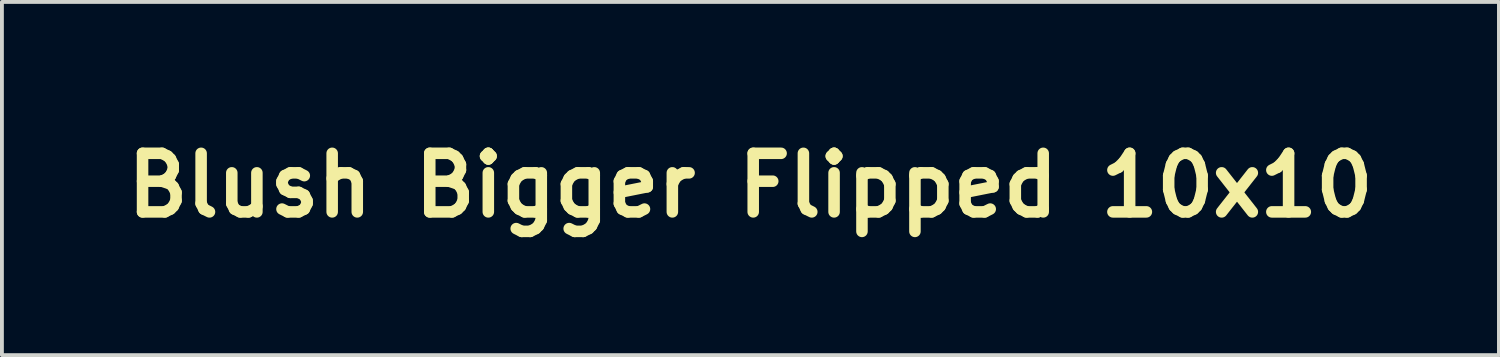
<source format=kicad_pcb>
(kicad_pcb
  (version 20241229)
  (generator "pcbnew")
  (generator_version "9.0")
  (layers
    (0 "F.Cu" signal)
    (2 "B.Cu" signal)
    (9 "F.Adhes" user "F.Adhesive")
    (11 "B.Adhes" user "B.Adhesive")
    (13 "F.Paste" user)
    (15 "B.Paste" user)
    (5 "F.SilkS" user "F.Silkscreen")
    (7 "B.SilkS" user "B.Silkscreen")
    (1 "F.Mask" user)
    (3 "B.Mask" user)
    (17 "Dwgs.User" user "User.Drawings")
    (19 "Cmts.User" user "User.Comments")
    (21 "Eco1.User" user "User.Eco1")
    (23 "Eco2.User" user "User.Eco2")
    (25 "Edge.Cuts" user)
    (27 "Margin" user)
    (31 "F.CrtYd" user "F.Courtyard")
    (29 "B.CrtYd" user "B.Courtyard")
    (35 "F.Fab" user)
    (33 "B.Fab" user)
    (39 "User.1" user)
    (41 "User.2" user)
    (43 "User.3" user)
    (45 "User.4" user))
  (footprint "Blush Bigger Flipped 10x10"
    (layer "F.Cu")
    (at 16.481 1.775)
    (property "Reference" "Blush Bigger Flipped 10x10" (at 0 0 0) (layer "F.SilkS") (effects (font (size 1.524 1.524) (thickness 0.3))))
    (attr board_only exclude_from_pos_files exclude_from_bom)
    (fp_poly (pts (xy -2.235 -0.593) (xy -2.215 -0.585) (xy -2.211 -0.582) (xy -2.202 -0.576) (xy -2.189 -0.565) (xy -2.171 -0.552) (xy -2.149 -0.535) (xy -2.124 -0.515) (xy -2.095 -0.492) (xy -2.063 -0.467) (xy -2.028 -0.439) (xy -1.991 -0.41) (xy -1.952 -0.379) (xy -1.911 -0.346) (xy -1.868 -0.312) (xy -1.824 -0.277) (xy -1.779 -0.241) (xy -1.733 -0.205) (xy -1.687 -0.168) (xy -1.641 -0.131) (xy -1.595 -0.095) (xy -1.549 -0.058) (xy -1.505 -0.023) (xy -1.462 0.012) (xy -1.42 0.045) (xy -1.38 0.077) (xy -1.342 0.108) (xy -1.306 0.137) (xy -1.273 0.163) (xy -1.243 0.187) (xy -1.216 0.209) (xy -1.193 0.228) (xy -1.173 0.244) (xy -1.158 0.256) (xy -1.148 0.265) (xy -1.142 0.27) (xy -1.141 0.271) (xy -1.124 0.291) (xy -1.111 0.316) (xy -1.103 0.343) (xy -1.101 0.369) (xy -1.101 0.379) (xy -1.107 0.408) (xy -1.118 0.434) (xy -1.134 0.457) (xy -1.154 0.476) (xy -1.178 0.491) (xy -1.204 0.501) (xy -1.232 0.506) (xy -1.261 0.504) (xy -1.272 0.502) (xy -1.285 0.498) (xy -1.299 0.492) (xy -1.306 0.488) (xy -1.31 0.485) (xy -1.319 0.479) (xy -1.332 0.468) (xy -1.349 0.455) (xy -1.371 0.438) (xy -1.396 0.418) (xy -1.425 0.395) (xy -1.457 0.37) (xy -1.491 0.343) (xy -1.528 0.314) (xy -1.567 0.282) (xy -1.608 0.25) (xy -1.651 0.216) (xy -1.694 0.181) (xy -1.739 0.146) (xy -1.785 0.11) (xy -1.83 0.073) (xy -1.876 0.037) (xy -1.922 0.001) (xy -1.967 -0.035) (xy -2.011 -0.07) (xy -2.054 -0.105) (xy -2.095 -0.138) (xy -2.135 -0.169) (xy -2.172 -0.199) (xy -2.208 -0.228) (xy -2.24 -0.254) (xy -2.27 -0.277) (xy -2.296 -0.298) (xy -2.318 -0.317) (xy -2.337 -0.332) (xy -2.352 -0.343) (xy -2.36 -0.351) (xy -2.383 -0.373) (xy -2.399 -0.398) (xy -2.409 -0.426) (xy -2.414 -0.457) (xy -2.414 -0.462) (xy -2.411 -0.492) (xy -2.402 -0.519) (xy -2.387 -0.543) (xy -2.371 -0.561) (xy -2.347 -0.579) (xy -2.32 -0.591) (xy -2.292 -0.598) (xy -2.264 -0.599)) (stroke (width 0) (type solid)) (fill yes) (layer "F.Mask"))
    (fp_poly (pts (xy 1.055 -1.717) (xy 1.083 -1.708) (xy 1.088 -1.705) (xy 1.092 -1.702) (xy 1.101 -1.696) (xy 1.114 -1.685) (xy 1.131 -1.671) (xy 1.153 -1.653) (xy 1.179 -1.631) (xy 1.209 -1.605) (xy 1.244 -1.576) (xy 1.284 -1.542) (xy 1.328 -1.504) (xy 1.378 -1.462) (xy 1.431 -1.416) (xy 1.49 -1.366) (xy 1.553 -1.312) (xy 1.622 -1.253) (xy 1.695 -1.19) (xy 1.754 -1.14) (xy 1.811 -1.09) (xy 1.867 -1.042) (xy 1.921 -0.995) (xy 1.974 -0.95) (xy 2.026 -0.906) (xy 2.075 -0.864) (xy 2.121 -0.823) (xy 2.165 -0.785) (xy 2.207 -0.749) (xy 2.246 -0.716) (xy 2.281 -0.685) (xy 2.313 -0.658) (xy 2.341 -0.633) (xy 2.366 -0.612) (xy 2.386 -0.594) (xy 2.402 -0.58) (xy 2.414 -0.57) (xy 2.421 -0.564) (xy 2.423 -0.562) (xy 2.441 -0.542) (xy 2.454 -0.522) (xy 2.462 -0.5) (xy 2.466 -0.475) (xy 2.466 -0.468) (xy 2.467 -0.451) (xy 2.466 -0.439) (xy 2.464 -0.428) (xy 2.46 -0.417) (xy 2.46 -0.416) (xy 2.447 -0.388) (xy 2.43 -0.366) (xy 2.408 -0.347) (xy 2.385 -0.334) (xy 2.366 -0.328) (xy 2.343 -0.325) (xy 2.319 -0.324) (xy 2.297 -0.326) (xy 2.289 -0.329) (xy 2.276 -0.334) (xy 2.262 -0.341) (xy 2.255 -0.345) (xy 2.251 -0.348) (xy 2.242 -0.355) (xy 2.229 -0.366) (xy 2.211 -0.381) (xy 2.19 -0.4) (xy 2.164 -0.421) (xy 2.136 -0.446) (xy 2.104 -0.473) (xy 2.068 -0.503) (xy 2.031 -0.535) (xy 1.99 -0.57) (xy 1.948 -0.606) (xy 1.904 -0.644) (xy 1.858 -0.684) (xy 1.81 -0.724) (xy 1.762 -0.766) (xy 1.712 -0.808) (xy 1.662 -0.851) (xy 1.612 -0.895) (xy 1.561 -0.938) (xy 1.511 -0.981) (xy 1.461 -1.024) (xy 1.411 -1.067) (xy 1.363 -1.109) (xy 1.316 -1.149) (xy 1.27 -1.189) (xy 1.226 -1.227) (xy 1.184 -1.263) (xy 1.144 -1.297) (xy 1.107 -1.33) (xy 1.072 -1.36) (xy 1.04 -1.387) (xy 1.012 -1.411) (xy 0.987 -1.433) (xy 0.966 -1.451) (xy 0.949 -1.466) (xy 0.937 -1.477) (xy 0.928 -1.485) (xy 0.925 -1.488) (xy 0.909 -1.509) (xy 0.898 -1.534) (xy 0.891 -1.561) (xy 0.889 -1.588) (xy 0.89 -1.602) (xy 0.898 -1.631) (xy 0.911 -1.656) (xy 0.928 -1.678) (xy 0.949 -1.695) (xy 0.973 -1.708) (xy 1 -1.716) (xy 1.027 -1.719)) (stroke (width 0) (type solid)) (fill yes) (layer "F.Mask"))
    (fp_poly (pts (xy -1.962 -1.154) (xy -1.939 -1.145) (xy -1.935 -1.142) (xy -1.925 -1.135) (xy -1.911 -1.123) (xy -1.891 -1.107) (xy -1.867 -1.087) (xy -1.838 -1.063) (xy -1.804 -1.035) (xy -1.765 -1.002) (xy -1.721 -0.965) (xy -1.672 -0.924) (xy -1.619 -0.879) (xy -1.561 -0.83) (xy -1.498 -0.777) (xy -1.431 -0.72) (xy -1.358 -0.659) (xy -1.282 -0.594) (xy -1.2 -0.525) (xy -1.114 -0.452) (xy -1.033 -0.383) (xy -0.966 -0.326) (xy -0.9 -0.27) (xy -0.836 -0.216) (xy -0.773 -0.163) (xy -0.712 -0.111) (xy -0.653 -0.061) (xy -0.596 -0.012) (xy -0.542 0.034) (xy -0.49 0.078) (xy -0.441 0.12) (xy -0.395 0.159) (xy -0.351 0.196) (xy -0.311 0.23) (xy -0.275 0.261) (xy -0.242 0.289) (xy -0.213 0.314) (xy -0.188 0.335) (xy -0.168 0.353) (xy -0.151 0.367) (xy -0.14 0.377) (xy -0.133 0.383) (xy -0.131 0.384) (xy -0.114 0.405) (xy -0.101 0.43) (xy -0.093 0.457) (xy -0.091 0.472) (xy -0.092 0.502) (xy -0.099 0.53) (xy -0.111 0.555) (xy -0.127 0.576) (xy -0.147 0.594) (xy -0.17 0.608) (xy -0.196 0.617) (xy -0.224 0.62) (xy -0.253 0.618) (xy -0.274 0.612) (xy -0.287 0.607) (xy -0.3 0.6) (xy -0.309 0.595) (xy -0.313 0.591) (xy -0.323 0.583) (xy -0.337 0.572) (xy -0.355 0.556) (xy -0.378 0.537) (xy -0.404 0.515) (xy -0.434 0.489) (xy -0.468 0.461) (xy -0.505 0.43) (xy -0.544 0.396) (xy -0.587 0.36) (xy -0.632 0.322) (xy -0.68 0.282) (xy -0.729 0.239) (xy -0.781 0.196) (xy -0.834 0.151) (xy -0.889 0.104) (xy -0.945 0.057) (xy -1.002 0.008) (xy -1.059 -0.041) (xy -1.118 -0.09) (xy -1.176 -0.14) (xy -1.235 -0.19) (xy -1.294 -0.239) (xy -1.352 -0.289) (xy -1.409 -0.338) (xy -1.466 -0.386) (xy -1.522 -0.434) (xy -1.577 -0.48) (xy -1.63 -0.525) (xy -1.681 -0.569) (xy -1.731 -0.611) (xy -1.779 -0.652) (xy -1.824 -0.69) (xy -1.866 -0.726) (xy -1.906 -0.76) (xy -1.943 -0.791) (xy -1.976 -0.82) (xy -2.006 -0.845) (xy -2.032 -0.868) (xy -2.055 -0.887) (xy -2.073 -0.903) (xy -2.087 -0.915) (xy -2.096 -0.923) (xy -2.1 -0.926) (xy -2.101 -0.927) (xy -2.118 -0.95) (xy -2.131 -0.976) (xy -2.137 -1.003) (xy -2.138 -1.031) (xy -2.133 -1.059) (xy -2.122 -1.085) (xy -2.106 -1.11) (xy -2.096 -1.12) (xy -2.073 -1.138) (xy -2.047 -1.151) (xy -2.019 -1.158) (xy -1.99 -1.159)) (stroke (width 0) (type solid)) (fill yes) (layer "F.Mask"))
    (fp_poly (pts (xy -1.215 -1.388) (xy -1.187 -1.381) (xy -1.165 -1.37) (xy -1.161 -1.367) (xy -1.153 -1.359) (xy -1.14 -1.347) (xy -1.124 -1.33) (xy -1.103 -1.31) (xy -1.079 -1.286) (xy -1.051 -1.259) (xy -1.02 -1.228) (xy -0.986 -1.195) (xy -0.949 -1.158) (xy -0.91 -1.119) (xy -0.868 -1.077) (xy -0.823 -1.033) (xy -0.777 -0.986) (xy -0.729 -0.938) (xy -0.679 -0.889) (xy -0.628 -0.838) (xy -0.576 -0.785) (xy -0.522 -0.732) (xy -0.468 -0.677) (xy -0.413 -0.622) (xy -0.358 -0.567) (xy -0.302 -0.511) (xy -0.246 -0.456) (xy -0.191 -0.4) (xy -0.136 -0.345) (xy -0.082 -0.29) (xy -0.028 -0.237) (xy 0.024 -0.184) (xy 0.076 -0.132) (xy 0.126 -0.082) (xy 0.174 -0.033) (xy 0.221 0.014) (xy 0.265 0.058) (xy 0.307 0.101) (xy 0.347 0.141) (xy 0.384 0.179) (xy 0.419 0.214) (xy 0.45 0.246) (xy 0.478 0.274) (xy 0.503 0.299) (xy 0.524 0.321) (xy 0.541 0.338) (xy 0.554 0.352) (xy 0.563 0.361) (xy 0.567 0.366) (xy 0.568 0.367) (xy 0.58 0.394) (xy 0.586 0.422) (xy 0.585 0.451) (xy 0.579 0.479) (xy 0.567 0.505) (xy 0.55 0.529) (xy 0.541 0.537) (xy 0.518 0.554) (xy 0.491 0.566) (xy 0.463 0.573) (xy 0.434 0.573) (xy 0.406 0.567) (xy 0.401 0.565) (xy 0.387 0.559) (xy 0.372 0.551) (xy 0.364 0.545) (xy 0.361 0.542) (xy 0.352 0.534) (xy 0.34 0.522) (xy 0.323 0.505) (xy 0.303 0.485) (xy 0.278 0.461) (xy 0.251 0.434) (xy 0.22 0.403) (xy 0.186 0.369) (xy 0.149 0.333) (xy 0.11 0.293) (xy 0.068 0.252) (xy 0.024 0.208) (xy -0.022 0.161) (xy -0.07 0.114) (xy -0.119 0.064) (xy -0.17 0.013) (xy -0.223 -0.039) (xy -0.276 -0.093) (xy -0.33 -0.147) (xy -0.385 -0.202) (xy -0.44 -0.257) (xy -0.495 -0.312) (xy -0.55 -0.368) (xy -0.605 -0.423) (xy -0.66 -0.478) (xy -0.714 -0.532) (xy -0.767 -0.586) (xy -0.82 -0.639) (xy -0.871 -0.69) (xy -0.921 -0.74) (xy -0.969 -0.788) (xy -1.015 -0.835) (xy -1.059 -0.879) (xy -1.101 -0.922) (xy -1.141 -0.962) (xy -1.178 -0.999) (xy -1.212 -1.033) (xy -1.243 -1.065) (xy -1.271 -1.093) (xy -1.295 -1.118) (xy -1.316 -1.139) (xy -1.333 -1.156) (xy -1.346 -1.169) (xy -1.354 -1.178) (xy -1.359 -1.183) (xy -1.359 -1.183) (xy -1.37 -1.208) (xy -1.376 -1.236) (xy -1.376 -1.264) (xy -1.371 -1.292) (xy -1.365 -1.31) (xy -1.357 -1.324) (xy -1.349 -1.336) (xy -1.343 -1.345) (xy -1.322 -1.364) (xy -1.298 -1.378) (xy -1.271 -1.387) (xy -1.243 -1.39)) (stroke (width 0) (type solid)) (fill yes) (layer "F.Mask"))
    (fp_poly (pts (xy 2.346 -1.618) (xy 2.358 -1.617) (xy 2.367 -1.616) (xy 2.376 -1.613) (xy 2.387 -1.608) (xy 2.388 -1.608) (xy 2.411 -1.594) (xy 2.427 -1.579) (xy 2.43 -1.576) (xy 2.434 -1.571) (xy 2.439 -1.563) (xy 2.446 -1.552) (xy 2.454 -1.539) (xy 2.464 -1.522) (xy 2.476 -1.503) (xy 2.49 -1.48) (xy 2.506 -1.453) (xy 2.524 -1.423) (xy 2.545 -1.389) (xy 2.568 -1.351) (xy 2.593 -1.308) (xy 2.62 -1.261) (xy 2.651 -1.21) (xy 2.684 -1.153) (xy 2.72 -1.092) (xy 2.759 -1.025) (xy 2.802 -0.954) (xy 2.847 -0.876) (xy 2.871 -0.837) (xy 2.908 -0.772) (xy 2.945 -0.709) (xy 2.981 -0.648) (xy 3.016 -0.589) (xy 3.05 -0.531) (xy 3.082 -0.476) (xy 3.112 -0.424) (xy 3.141 -0.375) (xy 3.168 -0.329) (xy 3.193 -0.286) (xy 3.216 -0.247) (xy 3.236 -0.211) (xy 3.254 -0.18) (xy 3.27 -0.154) (xy 3.283 -0.131) (xy 3.292 -0.114) (xy 3.299 -0.102) (xy 3.303 -0.096) (xy 3.303 -0.094) (xy 3.311 -0.066) (xy 3.312 -0.037) (xy 3.306 -0.009) (xy 3.297 0.015) (xy 3.281 0.04) (xy 3.26 0.061) (xy 3.235 0.077) (xy 3.207 0.087) (xy 3.201 0.088) (xy 3.188 0.091) (xy 3.179 0.092) (xy 3.171 0.092) (xy 3.161 0.091) (xy 3.15 0.09) (xy 3.136 0.086) (xy 3.121 0.081) (xy 3.113 0.078) (xy 3.109 0.076) (xy 3.106 0.074) (xy 3.102 0.072) (xy 3.099 0.07) (xy 3.095 0.068) (xy 3.091 0.064) (xy 3.087 0.06) (xy 3.082 0.055) (xy 3.077 0.049) (xy 3.071 0.041) (xy 3.064 0.031) (xy 3.056 0.019) (xy 3.047 0.005) (xy 3.037 -0.011) (xy 3.025 -0.03) (xy 3.012 -0.051) (xy 2.997 -0.076) (xy 2.98 -0.103) (xy 2.961 -0.135) (xy 2.941 -0.169) (xy 2.918 -0.208) (xy 2.892 -0.251) (xy 2.865 -0.297) (xy 2.835 -0.349) (xy 2.802 -0.405) (xy 2.766 -0.465) (xy 2.727 -0.531) (xy 2.685 -0.602) (xy 2.64 -0.679) (xy 2.631 -0.695) (xy 2.593 -0.759) (xy 2.556 -0.822) (xy 2.52 -0.883) (xy 2.486 -0.943) (xy 2.452 -1) (xy 2.42 -1.055) (xy 2.39 -1.107) (xy 2.361 -1.156) (xy 2.334 -1.202) (xy 2.309 -1.245) (xy 2.286 -1.284) (xy 2.266 -1.319) (xy 2.248 -1.35) (xy 2.233 -1.377) (xy 2.22 -1.399) (xy 2.21 -1.416) (xy 2.204 -1.428) (xy 2.2 -1.434) (xy 2.2 -1.435) (xy 2.193 -1.465) (xy 2.192 -1.494) (xy 2.197 -1.522) (xy 2.208 -1.548) (xy 2.224 -1.571) (xy 2.246 -1.591) (xy 2.269 -1.606) (xy 2.281 -1.611) (xy 2.29 -1.615) (xy 2.299 -1.617) (xy 2.309 -1.618) (xy 2.324 -1.618) (xy 2.33 -1.618)) (stroke (width 0) (type solid)) (fill yes) (layer "F.Mask"))
    (fp_poly (pts (xy 0.14 -1.774) (xy 0.157 -1.77) (xy 0.171 -1.765) (xy 0.186 -1.758) (xy 0.201 -1.749) (xy 0.217 -1.735) (xy 0.236 -1.718) (xy 0.25 -1.705) (xy 0.255 -1.7) (xy 0.266 -1.69) (xy 0.281 -1.675) (xy 0.3 -1.657) (xy 0.323 -1.634) (xy 0.35 -1.608) (xy 0.381 -1.579) (xy 0.415 -1.546) (xy 0.453 -1.509) (xy 0.494 -1.47) (xy 0.538 -1.428) (xy 0.584 -1.383) (xy 0.633 -1.336) (xy 0.685 -1.286) (xy 0.739 -1.234) (xy 0.795 -1.181) (xy 0.852 -1.125) (xy 0.912 -1.068) (xy 0.973 -1.009) (xy 1.035 -0.949) (xy 1.098 -0.888) (xy 1.145 -0.844) (xy 1.209 -0.782) (xy 1.272 -0.722) (xy 1.333 -0.663) (xy 1.393 -0.605) (xy 1.452 -0.548) (xy 1.508 -0.494) (xy 1.563 -0.441) (xy 1.615 -0.391) (xy 1.666 -0.343) (xy 1.713 -0.297) (xy 1.758 -0.254) (xy 1.8 -0.213) (xy 1.839 -0.176) (xy 1.875 -0.141) (xy 1.907 -0.11) (xy 1.936 -0.082) (xy 1.96 -0.058) (xy 1.981 -0.038) (xy 1.998 -0.022) (xy 2.011 -0.01) (xy 2.019 -0.002) (xy 2.022 0.001) (xy 2.04 0.022) (xy 2.054 0.041) (xy 2.063 0.061) (xy 2.069 0.083) (xy 2.07 0.088) (xy 2.072 0.116) (xy 2.067 0.144) (xy 2.057 0.17) (xy 2.042 0.194) (xy 2.022 0.214) (xy 1.998 0.231) (xy 1.991 0.234) (xy 1.965 0.243) (xy 1.937 0.246) (xy 1.909 0.244) (xy 1.89 0.239) (xy 1.877 0.234) (xy 1.864 0.228) (xy 1.856 0.223) (xy 1.852 0.22) (xy 1.845 0.213) (xy 1.832 0.201) (xy 1.815 0.185) (xy 1.795 0.165) (xy 1.77 0.142) (xy 1.741 0.114) (xy 1.709 0.084) (xy 1.673 0.049) (xy 1.634 0.012) (xy 1.592 -0.028) (xy 1.547 -0.071) (xy 1.5 -0.117) (xy 1.449 -0.166) (xy 1.396 -0.217) (xy 1.341 -0.27) (xy 1.284 -0.325) (xy 1.224 -0.382) (xy 1.163 -0.44) (xy 1.101 -0.501) (xy 1.037 -0.562) (xy 0.971 -0.625) (xy 0.927 -0.667) (xy 0.844 -0.748) (xy 0.765 -0.824) (xy 0.691 -0.895) (xy 0.621 -0.962) (xy 0.556 -1.025) (xy 0.495 -1.084) (xy 0.438 -1.139) (xy 0.385 -1.19) (xy 0.336 -1.238) (xy 0.291 -1.281) (xy 0.25 -1.321) (xy 0.212 -1.358) (xy 0.178 -1.391) (xy 0.147 -1.421) (xy 0.119 -1.448) (xy 0.095 -1.472) (xy 0.074 -1.493) (xy 0.055 -1.511) (xy 0.04 -1.526) (xy 0.027 -1.539) (xy 0.017 -1.55) (xy 0.009 -1.558) (xy 0.004 -1.563) (xy 0.001 -1.567) (xy 0.001 -1.567) (xy -0.011 -1.592) (xy -0.017 -1.62) (xy -0.018 -1.648) (xy -0.017 -1.655) (xy -0.01 -1.684) (xy 0.003 -1.709) (xy 0.02 -1.731) (xy 0.041 -1.75) (xy 0.065 -1.763) (xy 0.091 -1.772) (xy 0.119 -1.775)) (stroke (width 0) (type solid)) (fill yes) (layer "F.Mask"))
    (fp_poly (pts (xy -0.894 -1.601) (xy -0.88 -1.6) (xy -0.869 -1.597) (xy -0.86 -1.594) (xy -0.856 -1.592) (xy -0.847 -1.585) (xy -0.833 -1.576) (xy -0.814 -1.563) (xy -0.79 -1.547) (xy -0.762 -1.527) (xy -0.73 -1.505) (xy -0.694 -1.48) (xy -0.654 -1.453) (xy -0.611 -1.423) (xy -0.565 -1.39) (xy -0.515 -1.356) (xy -0.463 -1.319) (xy -0.408 -1.281) (xy -0.351 -1.241) (xy -0.292 -1.2) (xy -0.231 -1.157) (xy -0.168 -1.113) (xy -0.103 -1.068) (xy -0.038 -1.022) (xy 0.029 -0.975) (xy 0.096 -0.928) (xy 0.165 -0.88) (xy 0.233 -0.832) (xy 0.302 -0.784) (xy 0.37 -0.736) (xy 0.439 -0.688) (xy 0.507 -0.64) (xy 0.574 -0.593) (xy 0.64 -0.546) (xy 0.705 -0.501) (xy 0.768 -0.456) (xy 0.83 -0.412) (xy 0.891 -0.37) (xy 0.949 -0.329) (xy 1.005 -0.29) (xy 1.058 -0.252) (xy 1.109 -0.216) (xy 1.157 -0.182) (xy 1.201 -0.151) (xy 1.242 -0.122) (xy 1.28 -0.095) (xy 1.314 -0.071) (xy 1.344 -0.05) (xy 1.369 -0.031) (xy 1.39 -0.016) (xy 1.407 -0.004) (xy 1.418 0.004) (xy 1.425 0.009) (xy 1.426 0.01) (xy 1.445 0.032) (xy 1.458 0.057) (xy 1.466 0.084) (xy 1.467 0.112) (xy 1.463 0.141) (xy 1.453 0.17) (xy 1.452 0.172) (xy 1.436 0.197) (xy 1.416 0.217) (xy 1.391 0.232) (xy 1.364 0.242) (xy 1.337 0.245) (xy 1.319 0.245) (xy 1.303 0.244) (xy 1.293 0.242) (xy 1.281 0.238) (xy 1.268 0.232) (xy 1.261 0.228) (xy 1.257 0.225) (xy 1.247 0.219) (xy 1.233 0.209) (xy 1.213 0.195) (xy 1.189 0.179) (xy 1.161 0.159) (xy 1.129 0.137) (xy 1.093 0.111) (xy 1.053 0.083) (xy 1.01 0.053) (xy 0.963 0.021) (xy 0.914 -0.014) (xy 0.861 -0.051) (xy 0.807 -0.089) (xy 0.749 -0.129) (xy 0.69 -0.171) (xy 0.629 -0.214) (xy 0.566 -0.258) (xy 0.502 -0.303) (xy 0.436 -0.349) (xy 0.37 -0.396) (xy 0.302 -0.443) (xy 0.234 -0.491) (xy 0.166 -0.539) (xy 0.098 -0.587) (xy 0.029 -0.635) (xy -0.039 -0.683) (xy -0.106 -0.73) (xy -0.173 -0.777) (xy -0.238 -0.823) (xy -0.303 -0.869) (xy -0.366 -0.913) (xy -0.427 -0.956) (xy -0.487 -0.998) (xy -0.544 -1.039) (xy -0.6 -1.078) (xy -0.652 -1.115) (xy -0.702 -1.15) (xy -0.749 -1.183) (xy -0.793 -1.214) (xy -0.833 -1.242) (xy -0.87 -1.268) (xy -0.903 -1.291) (xy -0.931 -1.312) (xy -0.956 -1.329) (xy -0.976 -1.343) (xy -0.991 -1.354) (xy -1.001 -1.361) (xy -1.006 -1.365) (xy -1.007 -1.366) (xy -1.023 -1.385) (xy -1.037 -1.408) (xy -1.045 -1.434) (xy -1.049 -1.461) (xy -1.047 -1.487) (xy -1.047 -1.487) (xy -1.039 -1.517) (xy -1.024 -1.544) (xy -1.005 -1.566) (xy -0.98 -1.584) (xy -0.967 -1.591) (xy -0.956 -1.596) (xy -0.947 -1.599) (xy -0.938 -1.601) (xy -0.926 -1.601) (xy -0.912 -1.602)) (stroke (width 0) (type solid)) (fill yes) (layer "F.Mask")))
  (gr_rect
    (start -3 -3)
    (end 35.962 6.193)
    (stroke (width 0.1) (type default))
    (fill no)
    (layer "Edge.Cuts")))
</source>
